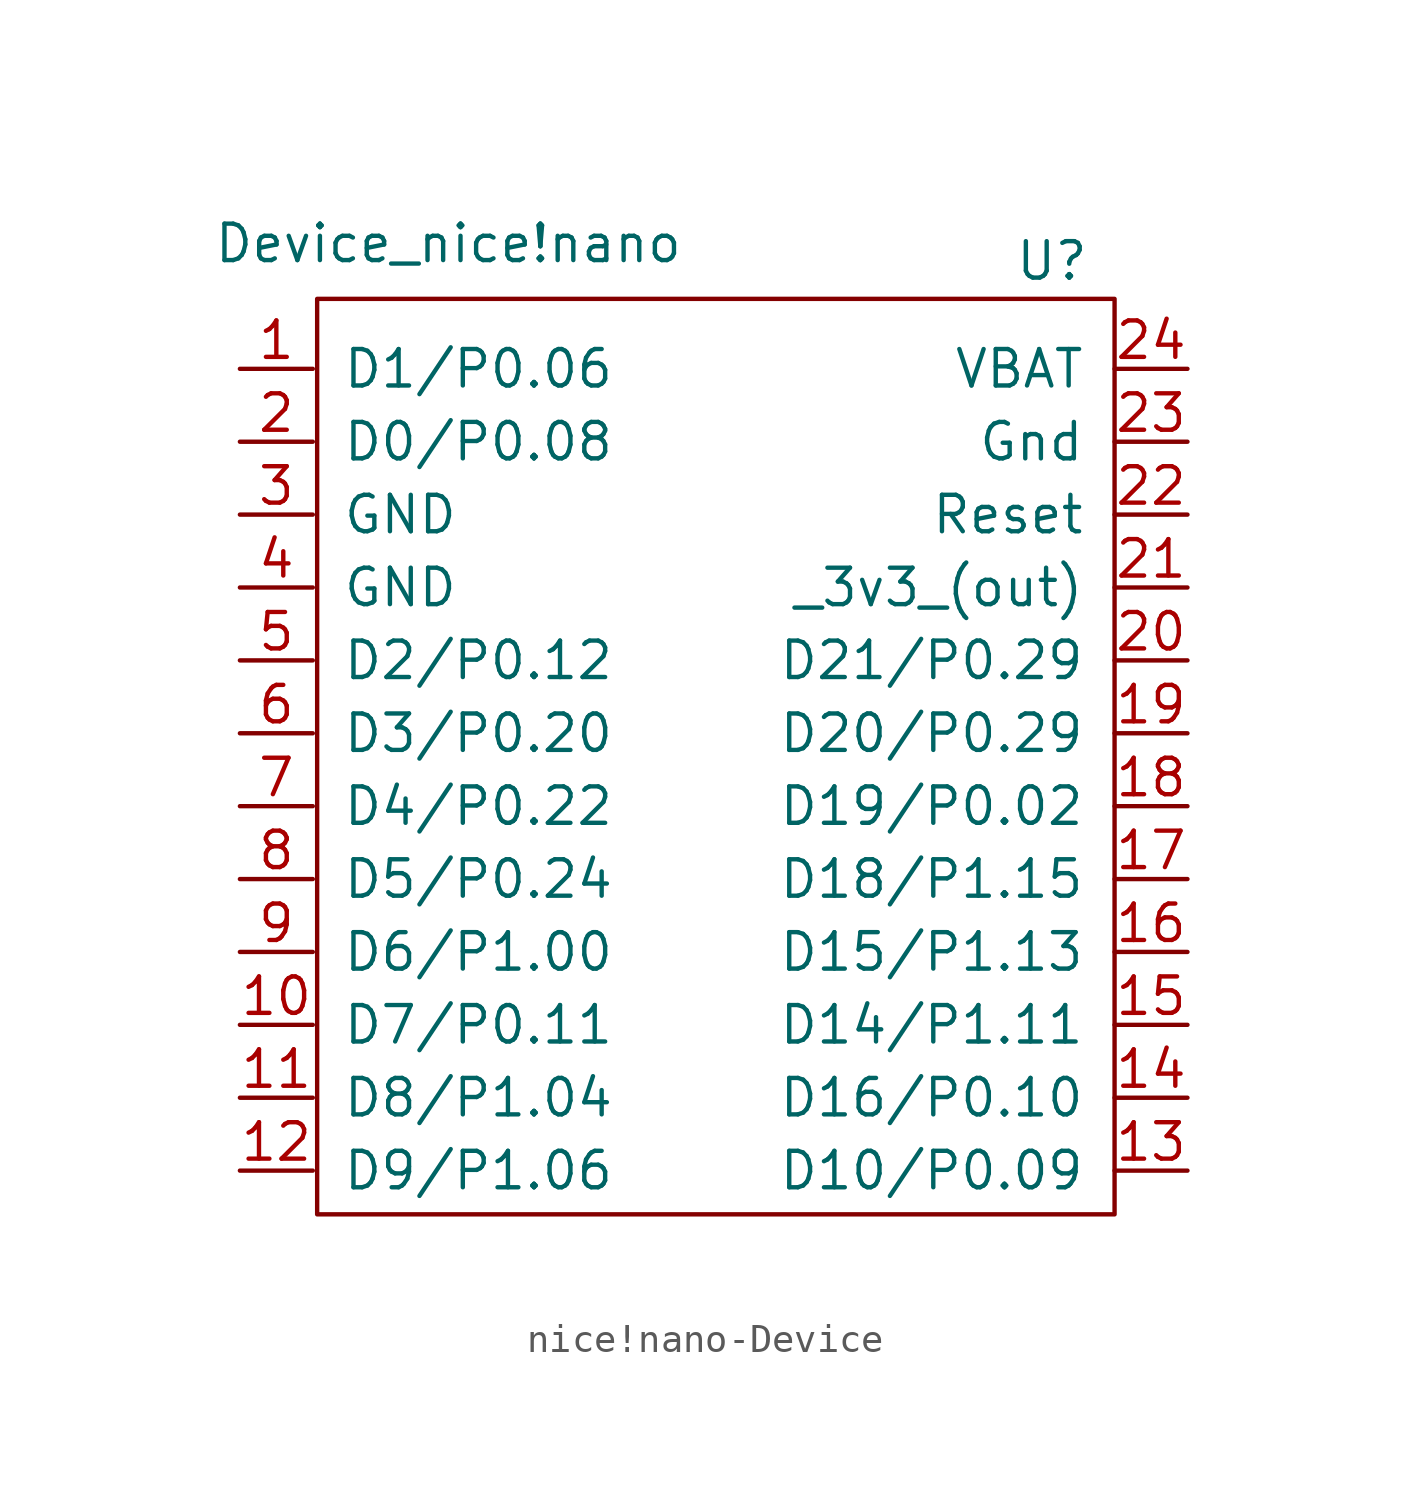
<source format=kicad_sym>
(kicad_symbol_lib
  (version 20220914)
  (generator kicad_symbol_editor)
  (symbol "nice!nano-Device"
    (pin_names
      (offset 1.016))
    (property "Reference" "U"
      (at 11.786 18.999 0)
      (effects (font (size 1.27 1.27))))
    (property "Value" "Device_nice!nano"
      (at -9.246 19.609 0)
      (effects (font (size 1.27 1.27))))
    (symbol "nice!nano-Device_0_0"
      (pin bidirectional line (at -16.51 15.24 0) (length 2.54) (name "D1/P0.06" (effects (font (size 1.27 1.27)))) (number "1" (effects (font (size 1.27 1.27)))))
      (pin unspecified line (at -16.51 -7.62 0) (length 2.54) (name "D7/P0.11" (effects (font (size 1.27 1.27)))) (number "10" (effects (font (size 1.27 1.27)))))
      (pin unspecified line (at -16.51 -10.16 0) (length 2.54) (name "D8/P1.04" (effects (font (size 1.27 1.27)))) (number "11" (effects (font (size 1.27 1.27)))))
      (pin unspecified line (at -16.51 -12.7 0) (length 2.54) (name "D9/P1.06" (effects (font (size 1.27 1.27)))) (number "12" (effects (font (size 1.27 1.27)))))
      (pin unspecified line (at 16.51 -12.7 180) (length 2.54) (name "D10/P0.09" (effects (font (size 1.27 1.27)))) (number "13" (effects (font (size 1.27 1.27)))))
      (pin unspecified line (at 16.51 -10.16 180) (length 2.54) (name "D16/P0.10" (effects (font (size 1.27 1.27)))) (number "14" (effects (font (size 1.27 1.27)))))
      (pin unspecified line (at 16.51 -7.62 180) (length 2.54) (name "D14/P1.11" (effects (font (size 1.27 1.27)))) (number "15" (effects (font (size 1.27 1.27)))))
      (pin unspecified line (at 16.51 -5.08 180) (length 2.54) (name "D15/P1.13" (effects (font (size 1.27 1.27)))) (number "16" (effects (font (size 1.27 1.27)))))
      (pin unspecified line (at 16.51 -2.54 180) (length 2.54) (name "D18/P1.15" (effects (font (size 1.27 1.27)))) (number "17" (effects (font (size 1.27 1.27)))))
      (pin unspecified line (at 16.51 0 180) (length 2.54) (name "D19/P0.02" (effects (font (size 1.27 1.27)))) (number "18" (effects (font (size 1.27 1.27)))))
      (pin unspecified line (at 16.51 2.54 180) (length 2.54) (name "D20/P0.29" (effects (font (size 1.27 1.27)))) (number "19" (effects (font (size 1.27 1.27)))))
      (pin bidirectional line (at -16.51 12.7 0) (length 2.54) (name "D0/P0.08" (effects (font (size 1.27 1.27)))) (number "2" (effects (font (size 1.27 1.27)))))
      (pin unspecified line (at 16.51 5.08 180) (length 2.54) (name "D21/P0.29" (effects (font (size 1.27 1.27)))) (number "20" (effects (font (size 1.27 1.27)))))
      (pin unspecified line (at 16.51 7.62 180) (length 2.54) (name "_3v3_(out)" (effects (font (size 1.27 1.27)))) (number "21" (effects (font (size 1.27 1.27)))))
      (pin unspecified line (at 16.51 10.16 180) (length 2.54) (name "Reset" (effects (font (size 1.27 1.27)))) (number "22" (effects (font (size 1.27 1.27)))))
      (pin unspecified line (at 16.51 12.7 180) (length 2.54) (name "Gnd" (effects (font (size 1.27 1.27)))) (number "23" (effects (font (size 1.27 1.27)))))
      (pin unspecified line (at 16.51 15.24 180) (length 2.54) (name "VBAT" (effects (font (size 1.27 1.27)))) (number "24" (effects (font (size 1.27 1.27)))))
      (pin passive line (at -16.51 10.16 0) (length 2.54) (name "GND" (effects (font (size 1.27 1.27)))) (number "3" (effects (font (size 1.27 1.27)))))
      (pin unspecified line (at -16.51 7.62 0) (length 2.54) (name "GND" (effects (font (size 1.27 1.27)))) (number "4" (effects (font (size 1.27 1.27)))))
      (pin unspecified line (at -16.51 5.08 0) (length 2.54) (name "D2/P0.12" (effects (font (size 1.27 1.27)))) (number "5" (effects (font (size 1.27 1.27)))))
      (pin unspecified line (at -16.51 2.54 0) (length 2.54) (name "D3/P0.20" (effects (font (size 1.27 1.27)))) (number "6" (effects (font (size 1.27 1.27)))))
      (pin unspecified line (at -16.51 0 0) (length 2.54) (name "D4/P0.22" (effects (font (size 1.27 1.27)))) (number "7" (effects (font (size 1.27 1.27)))))
      (pin unspecified line (at -16.51 -2.54 0) (length 2.54) (name "D5/P0.24" (effects (font (size 1.27 1.27)))) (number "8" (effects (font (size 1.27 1.27)))))
      (pin unspecified line (at -16.51 -5.08 0) (length 2.54) (name "D6/P1.00" (effects (font (size 1.27 1.27)))) (number "9" (effects (font (size 1.27 1.27))))))
    (symbol "nice!nano-Device_0_1"
      (rectangle (start -13.818 17.678) (end 13.97 -14.224) (stroke (width 0) (type solid)) (fill (type none))))))
</source>
